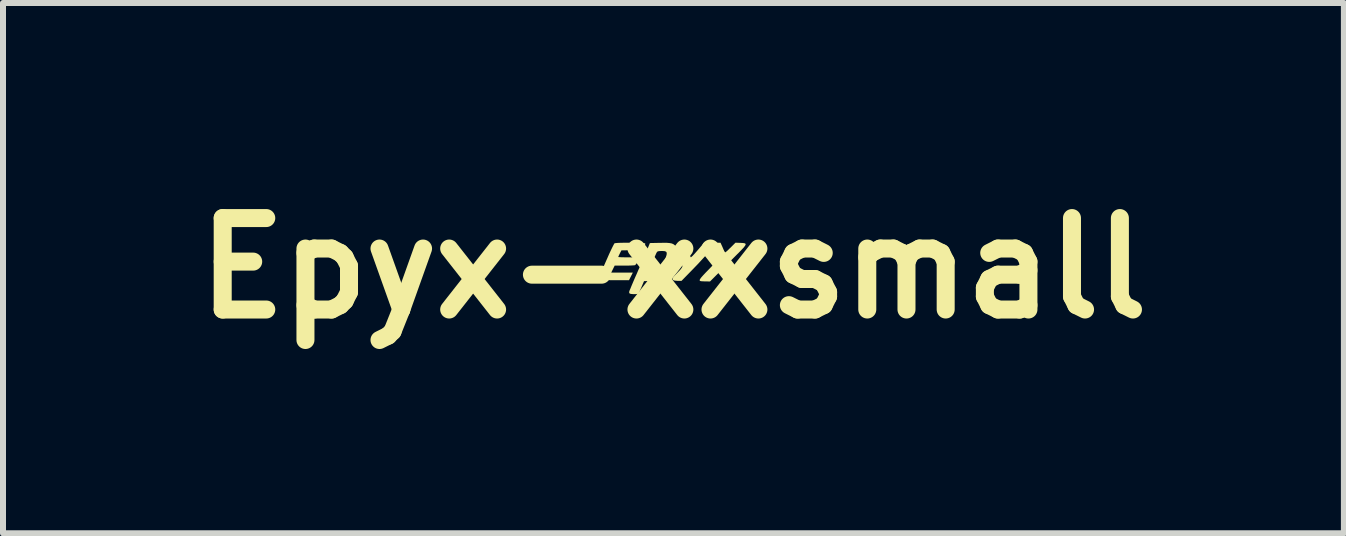
<source format=kicad_pcb>
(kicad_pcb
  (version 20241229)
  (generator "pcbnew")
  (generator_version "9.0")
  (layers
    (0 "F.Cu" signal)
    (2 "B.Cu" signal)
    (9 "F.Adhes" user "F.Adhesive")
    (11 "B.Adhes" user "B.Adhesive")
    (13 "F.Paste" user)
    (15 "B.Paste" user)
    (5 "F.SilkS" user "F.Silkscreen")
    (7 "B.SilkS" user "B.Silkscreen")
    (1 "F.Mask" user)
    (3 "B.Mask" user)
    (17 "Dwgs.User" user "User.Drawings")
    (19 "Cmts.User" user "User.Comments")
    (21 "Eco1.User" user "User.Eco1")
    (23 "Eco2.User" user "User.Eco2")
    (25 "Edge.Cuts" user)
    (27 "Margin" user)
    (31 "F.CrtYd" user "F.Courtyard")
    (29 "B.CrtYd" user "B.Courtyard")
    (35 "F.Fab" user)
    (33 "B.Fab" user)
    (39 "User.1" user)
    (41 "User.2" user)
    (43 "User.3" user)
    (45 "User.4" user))
  (footprint "Epyx-xxsmall"
    (layer "F.Cu")
    (at 8.172 1.418)
    (property "Reference" "Epyx-xxsmall" (at 0 0 0) (layer "F.SilkS") (effects (font (size 1.524 1.524) (thickness 0.3))))
    (attr board_only exclude_from_pos_files exclude_from_bom)
    (fp_poly (pts (xy -0.709 -0.423) (xy -0.646 -0.423) (xy -0.587 -0.421) (xy -0.537 -0.419) (xy -0.499 -0.417) (xy -0.476 -0.414) (xy -0.471 -0.412) (xy -0.471 -0.397) (xy -0.48 -0.371) (xy -0.489 -0.351) (xy -0.513 -0.302) (xy -0.691 -0.299) (xy -0.868 -0.296) (xy -0.894 -0.244) (xy -0.909 -0.214) (xy -0.918 -0.192) (xy -0.921 -0.186) (xy -0.911 -0.184) (xy -0.883 -0.182) (xy -0.841 -0.181) (xy -0.789 -0.18) (xy -0.746 -0.18) (xy -0.674 -0.179) (xy -0.62 -0.177) (xy -0.586 -0.174) (xy -0.572 -0.17) (xy -0.572 -0.169) (xy -0.577 -0.149) (xy -0.59 -0.12) (xy -0.608 -0.089) (xy -0.626 -0.064) (xy -0.64 -0.049) (xy -0.641 -0.049) (xy -0.657 -0.047) (xy -0.69 -0.045) (xy -0.736 -0.043) (xy -0.791 -0.042) (xy -0.819 -0.042) (xy -0.98 -0.042) (xy -1.037 0.074) (xy -0.677 0.074) (xy -0.741 0.201) (xy -0.95 0.201) (xy -1.025 0.201) (xy -1.081 0.2) (xy -1.122 0.198) (xy -1.151 0.195) (xy -1.17 0.191) (xy -1.182 0.185) (xy -1.183 0.185) (xy -1.198 0.169) (xy -1.205 0.145) (xy -1.206 0.118) (xy -1.205 0.098) (xy -1.2 0.073) (xy -1.19 0.042) (xy -1.174 0.000217) (xy -1.152 -0.054) (xy -1.122 -0.122) (xy -1.101 -0.169) (xy -1.072 -0.235) (xy -1.044 -0.295) (xy -1.02 -0.345) (xy -1 -0.384) (xy -0.987 -0.408) (xy -0.982 -0.414) (xy -0.967 -0.417) (xy -0.935 -0.42) (xy -0.89 -0.422) (xy -0.834 -0.423) (xy -0.773 -0.423)) (stroke (width 0) (type solid)) (fill yes) (layer "F.SilkS"))
    (fp_poly (pts (xy -0.11 -0.422) (xy -0.065 -0.418) (xy -0.032 -0.412) (xy -0.006 -0.402) (xy 0.015 -0.388) (xy 0.028 -0.376) (xy 0.05 -0.351) (xy 0.061 -0.327) (xy 0.063 -0.295) (xy 0.064 -0.287) (xy 0.058 -0.237) (xy 0.042 -0.174) (xy 0.018 -0.104) (xy -0.012 -0.031) (xy -0.047 0.041) (xy -0.085 0.105) (xy -0.097 0.124) (xy -0.119 0.153) (xy -0.142 0.175) (xy -0.169 0.19) (xy -0.205 0.2) (xy -0.253 0.206) (xy -0.318 0.21) (xy -0.344 0.211) (xy -0.491 0.217) (xy -0.534 0.318) (xy -0.553 0.36) (xy -0.569 0.396) (xy -0.582 0.419) (xy -0.587 0.426) (xy -0.605 0.431) (xy -0.636 0.433) (xy -0.672 0.433) (xy -0.705 0.43) (xy -0.727 0.425) (xy -0.729 0.424) (xy -0.739 0.406) (xy -0.737 0.39) (xy -0.732 0.374) (xy -0.718 0.342) (xy -0.699 0.295) (xy -0.674 0.236) (xy -0.645 0.168) (xy -0.612 0.094) (xy -0.599 0.064) (xy -0.416 0.064) (xy -0.416 0.066) (xy -0.404 0.07) (xy -0.377 0.073) (xy -0.345 0.074) (xy -0.302 0.072) (xy -0.272 0.065) (xy -0.25 0.052) (xy -0.228 0.027) (xy -0.202 -0.013) (xy -0.175 -0.064) (xy -0.149 -0.122) (xy -0.127 -0.179) (xy -0.114 -0.225) (xy -0.112 -0.256) (xy -0.124 -0.275) (xy -0.152 -0.284) (xy -0.196 -0.286) (xy -0.236 -0.284) (xy -0.26 -0.28) (xy -0.274 -0.27) (xy -0.276 -0.267) (xy -0.287 -0.247) (xy -0.302 -0.213) (xy -0.322 -0.17) (xy -0.343 -0.122) (xy -0.364 -0.072) (xy -0.383 -0.024) (xy -0.4 0.017) (xy -0.411 0.048) (xy -0.416 0.064) (xy -0.599 0.064) (xy -0.592 0.047) (xy -0.556 -0.033) (xy -0.523 -0.111) (xy -0.491 -0.183) (xy -0.464 -0.246) (xy -0.443 -0.297) (xy -0.427 -0.333) (xy -0.423 -0.344) (xy -0.393 -0.418) (xy -0.247 -0.421) (xy -0.17 -0.422)) (stroke (width 0) (type solid)) (fill yes) (layer "F.SilkS"))
    (fp_poly (pts (xy 1.117 -0.421) (xy 1.157 -0.419) (xy 1.184 -0.415) (xy 1.2 -0.407) (xy 1.203 -0.393) (xy 1.192 -0.372) (xy 1.169 -0.342) (xy 1.13 -0.301) (xy 1.078 -0.247) (xy 1.064 -0.234) (xy 0.92 -0.089) (xy 0.974 0.052) (xy 0.993 0.104) (xy 1.008 0.15) (xy 1.018 0.184) (xy 1.022 0.205) (xy 1.022 0.208) (xy 1.01 0.215) (xy 0.983 0.22) (xy 0.948 0.223) (xy 0.913 0.222) (xy 0.884 0.219) (xy 0.875 0.216) (xy 0.864 0.204) (xy 0.85 0.176) (xy 0.835 0.139) (xy 0.83 0.126) (xy 0.817 0.088) (xy 0.805 0.059) (xy 0.797 0.044) (xy 0.795 0.042) (xy 0.785 0.049) (xy 0.764 0.069) (xy 0.734 0.097) (xy 0.699 0.132) (xy 0.699 0.132) (xy 0.609 0.222) (xy 0.535 0.221) (xy 0.496 0.22) (xy 0.464 0.218) (xy 0.447 0.215) (xy 0.447 0.215) (xy 0.438 0.209) (xy 0.436 0.198) (xy 0.444 0.181) (xy 0.462 0.156) (xy 0.492 0.122) (xy 0.535 0.076) (xy 0.582 0.028) (xy 0.632 -0.024) (xy 0.669 -0.063) (xy 0.695 -0.091) (xy 0.712 -0.112) (xy 0.72 -0.127) (xy 0.723 -0.139) (xy 0.722 -0.15) (xy 0.721 -0.154) (xy 0.71 -0.187) (xy 0.696 -0.225) (xy 0.68 -0.263) (xy 0.665 -0.296) (xy 0.653 -0.32) (xy 0.647 -0.328) (xy 0.637 -0.321) (xy 0.617 -0.3) (xy 0.589 -0.269) (xy 0.556 -0.231) (xy 0.55 -0.225) (xy 0.514 -0.185) (xy 0.467 -0.134) (xy 0.414 -0.076) (xy 0.357 -0.017) (xy 0.302 0.04) (xy 0.297 0.045) (xy 0.134 0.212) (xy 0.068 0.212) (xy 0.02 0.208) (xy -0.009 0.198) (xy -0.018 0.18) (xy -0.012 0.162) (xy -0.000209 0.147) (xy 0.023 0.121) (xy 0.054 0.089) (xy 0.073 0.069) (xy 0.113 0.028) (xy 0.138 -0.005) (xy 0.148 -0.026) (xy 0.148 -0.028) (xy 0.146 -0.046) (xy 0.14 -0.08) (xy 0.131 -0.128) (xy 0.12 -0.184) (xy 0.111 -0.228) (xy 0.099 -0.287) (xy 0.088 -0.339) (xy 0.08 -0.379) (xy 0.075 -0.406) (xy 0.074 -0.414) (xy 0.084 -0.419) (xy 0.109 -0.422) (xy 0.146 -0.423) (xy 0.153 -0.423) (xy 0.232 -0.423) (xy 0.242 -0.384) (xy 0.25 -0.352) (xy 0.258 -0.31) (xy 0.265 -0.27) (xy 0.273 -0.231) (xy 0.28 -0.2) (xy 0.285 -0.182) (xy 0.285 -0.182) (xy 0.295 -0.184) (xy 0.317 -0.203) (xy 0.35 -0.238) (xy 0.396 -0.29) (xy 0.401 -0.296) (xy 0.51 -0.423) (xy 0.784 -0.423) (xy 0.814 -0.357) (xy 0.83 -0.32) (xy 0.843 -0.289) (xy 0.851 -0.271) (xy 0.856 -0.263) (xy 0.865 -0.264) (xy 0.88 -0.275) (xy 0.905 -0.297) (xy 0.941 -0.333) (xy 0.946 -0.337) (xy 1.033 -0.424)) (stroke (width 0) (type solid)) (fill yes) (layer "F.SilkS")))
  (gr_rect
    (start -3 -3)
    (end 19.343 5.836)
    (stroke (width 0.1) (type default))
    (fill no)
    (layer "Edge.Cuts")))
</source>
